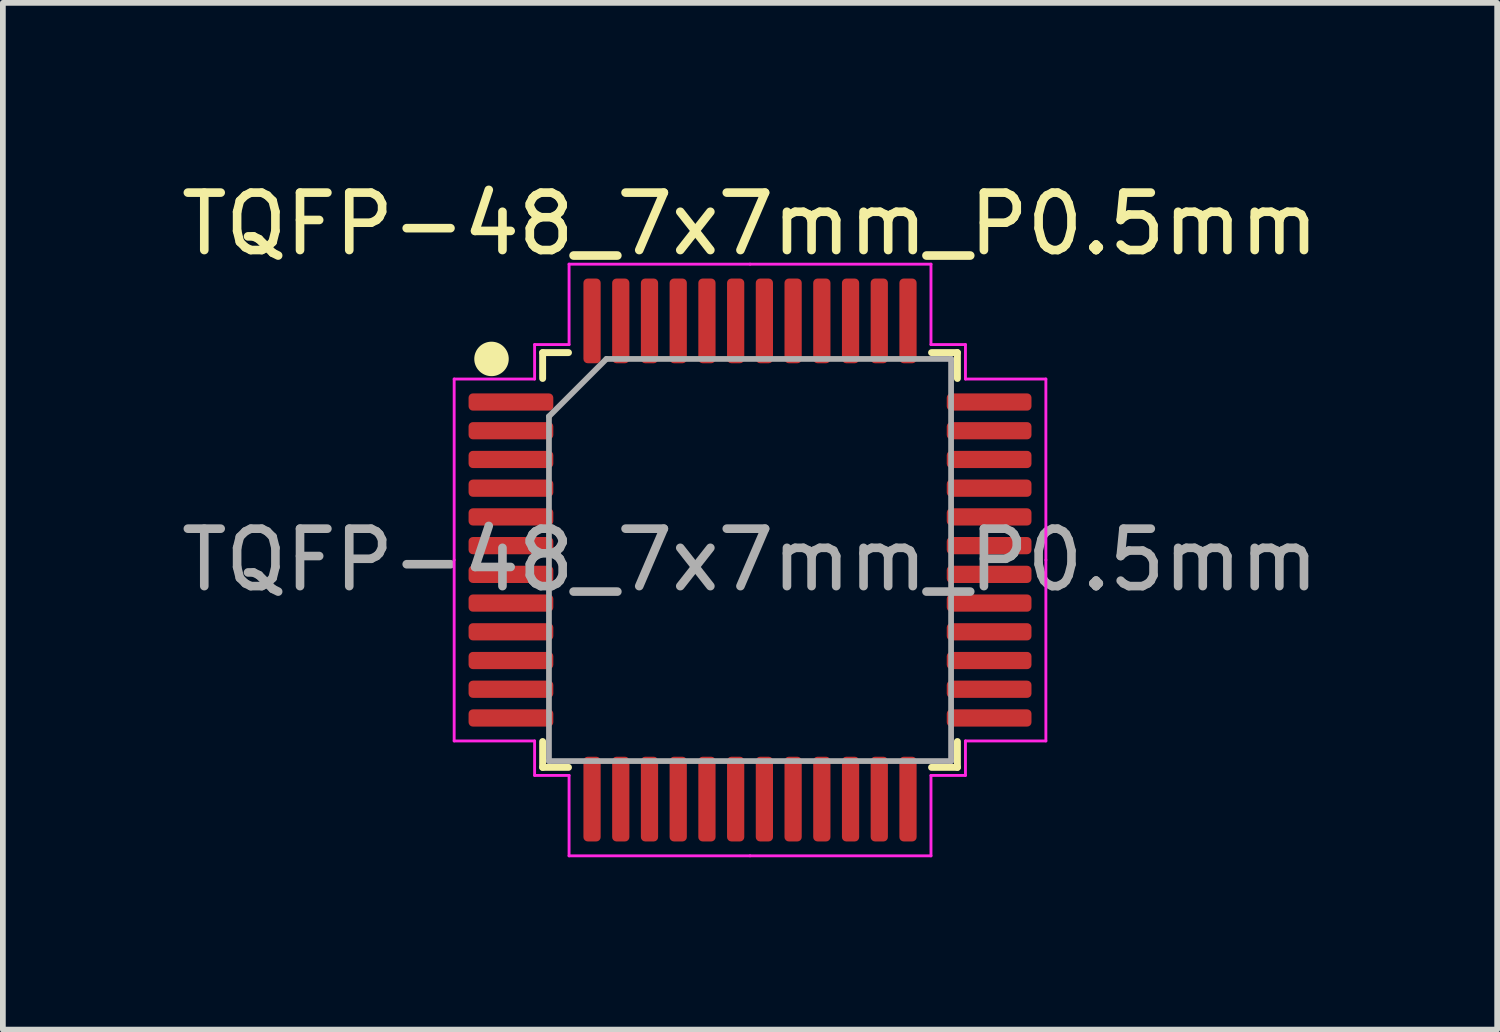
<source format=kicad_pcb>
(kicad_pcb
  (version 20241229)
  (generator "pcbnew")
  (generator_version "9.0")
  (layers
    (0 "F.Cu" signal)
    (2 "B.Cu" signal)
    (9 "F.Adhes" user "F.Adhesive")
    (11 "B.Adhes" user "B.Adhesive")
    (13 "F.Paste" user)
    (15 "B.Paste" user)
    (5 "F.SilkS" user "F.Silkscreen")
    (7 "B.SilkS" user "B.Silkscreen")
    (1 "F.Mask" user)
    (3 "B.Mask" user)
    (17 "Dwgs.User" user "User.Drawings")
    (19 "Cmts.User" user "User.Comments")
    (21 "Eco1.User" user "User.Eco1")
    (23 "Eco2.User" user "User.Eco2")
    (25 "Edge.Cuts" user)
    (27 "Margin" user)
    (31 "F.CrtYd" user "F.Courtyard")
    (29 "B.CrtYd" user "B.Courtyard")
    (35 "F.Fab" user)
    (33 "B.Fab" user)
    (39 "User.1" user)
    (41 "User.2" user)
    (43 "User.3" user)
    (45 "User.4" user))
  (footprint "TQFP-48_7x7mm_P0.5mm"
    (layer "F.Cu")
    (at 10.006 6.698)
    (property "Reference" "TQFP-48_7x7mm_P0.5mm" (at 0 -5.85 0) (layer "F.SilkS") (effects (font (size 1 1) (thickness 0.15))))
    (attr smd)
    (fp_line (start -3.61 -3.61) (end -3.61 -3.16) (stroke (width 0.12) (type solid)) (layer "F.SilkS"))
    (fp_line (start -3.61 3.61) (end -3.61 3.16) (stroke (width 0.12) (type solid)) (layer "F.SilkS"))
    (fp_line (start -3.16 -3.61) (end -3.61 -3.61) (stroke (width 0.12) (type solid)) (layer "F.SilkS"))
    (fp_line (start -3.16 3.61) (end -3.61 3.61) (stroke (width 0.12) (type solid)) (layer "F.SilkS"))
    (fp_line (start 3.16 -3.61) (end 3.61 -3.61) (stroke (width 0.12) (type solid)) (layer "F.SilkS"))
    (fp_line (start 3.16 3.61) (end 3.61 3.61) (stroke (width 0.12) (type solid)) (layer "F.SilkS"))
    (fp_line (start 3.61 -3.61) (end 3.61 -3.16) (stroke (width 0.12) (type solid)) (layer "F.SilkS"))
    (fp_line (start 3.61 3.61) (end 3.61 3.16) (stroke (width 0.12) (type solid)) (layer "F.SilkS"))
    (fp_circle (center -4.5 -3.5) (end -4.25 -3.5) (stroke (width 0.1) (type solid)) (fill yes) (layer "F.SilkS"))
    (fp_line (start -5.15 -3.15) (end -5.15 0) (stroke (width 0.05) (type solid)) (layer "F.CrtYd"))
    (fp_line (start -5.15 3.15) (end -5.15 0) (stroke (width 0.05) (type solid)) (layer "F.CrtYd"))
    (fp_line (start -3.75 -3.75) (end -3.75 -3.15) (stroke (width 0.05) (type solid)) (layer "F.CrtYd"))
    (fp_line (start -3.75 -3.15) (end -5.15 -3.15) (stroke (width 0.05) (type solid)) (layer "F.CrtYd"))
    (fp_line (start -3.75 3.15) (end -5.15 3.15) (stroke (width 0.05) (type solid)) (layer "F.CrtYd"))
    (fp_line (start -3.75 3.75) (end -3.75 3.15) (stroke (width 0.05) (type solid)) (layer "F.CrtYd"))
    (fp_line (start -3.15 -5.15) (end -3.15 -3.75) (stroke (width 0.05) (type solid)) (layer "F.CrtYd"))
    (fp_line (start -3.15 -3.75) (end -3.75 -3.75) (stroke (width 0.05) (type solid)) (layer "F.CrtYd"))
    (fp_line (start -3.15 3.75) (end -3.75 3.75) (stroke (width 0.05) (type solid)) (layer "F.CrtYd"))
    (fp_line (start -3.15 5.15) (end -3.15 3.75) (stroke (width 0.05) (type solid)) (layer "F.CrtYd"))
    (fp_line (start 0 -5.15) (end -3.15 -5.15) (stroke (width 0.05) (type solid)) (layer "F.CrtYd"))
    (fp_line (start 0 -5.15) (end 3.15 -5.15) (stroke (width 0.05) (type solid)) (layer "F.CrtYd"))
    (fp_line (start 0 5.15) (end -3.15 5.15) (stroke (width 0.05) (type solid)) (layer "F.CrtYd"))
    (fp_line (start 0 5.15) (end 3.15 5.15) (stroke (width 0.05) (type solid)) (layer "F.CrtYd"))
    (fp_line (start 3.15 -5.15) (end 3.15 -3.75) (stroke (width 0.05) (type solid)) (layer "F.CrtYd"))
    (fp_line (start 3.15 -3.75) (end 3.75 -3.75) (stroke (width 0.05) (type solid)) (layer "F.CrtYd"))
    (fp_line (start 3.15 3.75) (end 3.75 3.75) (stroke (width 0.05) (type solid)) (layer "F.CrtYd"))
    (fp_line (start 3.15 5.15) (end 3.15 3.75) (stroke (width 0.05) (type solid)) (layer "F.CrtYd"))
    (fp_line (start 3.75 -3.75) (end 3.75 -3.15) (stroke (width 0.05) (type solid)) (layer "F.CrtYd"))
    (fp_line (start 3.75 -3.15) (end 5.15 -3.15) (stroke (width 0.05) (type solid)) (layer "F.CrtYd"))
    (fp_line (start 3.75 3.15) (end 5.15 3.15) (stroke (width 0.05) (type solid)) (layer "F.CrtYd"))
    (fp_line (start 3.75 3.75) (end 3.75 3.15) (stroke (width 0.05) (type solid)) (layer "F.CrtYd"))
    (fp_line (start 5.15 -3.15) (end 5.15 0) (stroke (width 0.05) (type solid)) (layer "F.CrtYd"))
    (fp_line (start 5.15 3.15) (end 5.15 0) (stroke (width 0.05) (type solid)) (layer "F.CrtYd"))
    (fp_line (start -3.5 -2.5) (end -2.5 -3.5) (stroke (width 0.1) (type solid)) (layer "F.Fab"))
    (fp_line (start -3.5 3.5) (end -3.5 -2.5) (stroke (width 0.1) (type solid)) (layer "F.Fab"))
    (fp_line (start -2.5 -3.5) (end 3.5 -3.5) (stroke (width 0.1) (type solid)) (layer "F.Fab"))
    (fp_line (start 3.5 -3.5) (end 3.5 3.5) (stroke (width 0.1) (type solid)) (layer "F.Fab"))
    (fp_line (start 3.5 3.5) (end -3.5 3.5) (stroke (width 0.1) (type solid)) (layer "F.Fab"))
    (fp_text user "${REFERENCE}" (at 0 0 0) (layer "F.Fab") (effects (font (size 1 1) (thickness 0.15))))
    (pad "1" smd roundrect (at -4.162 -2.75) (size 1.475 0.3) (layers "F.Cu" "F.Mask" "F.Paste") (roundrect_rratio 0.25))
    (pad "2" smd roundrect (at -4.162 -2.25) (size 1.475 0.3) (layers "F.Cu" "F.Mask" "F.Paste") (roundrect_rratio 0.25))
    (pad "3" smd roundrect (at -4.162 -1.75) (size 1.475 0.3) (layers "F.Cu" "F.Mask" "F.Paste") (roundrect_rratio 0.25))
    (pad "4" smd roundrect (at -4.162 -1.25) (size 1.475 0.3) (layers "F.Cu" "F.Mask" "F.Paste") (roundrect_rratio 0.25))
    (pad "5" smd roundrect (at -4.162 -0.75) (size 1.475 0.3) (layers "F.Cu" "F.Mask" "F.Paste") (roundrect_rratio 0.25))
    (pad "6" smd roundrect (at -4.162 -0.25) (size 1.475 0.3) (layers "F.Cu" "F.Mask" "F.Paste") (roundrect_rratio 0.25))
    (pad "7" smd roundrect (at -4.162 0.25) (size 1.475 0.3) (layers "F.Cu" "F.Mask" "F.Paste") (roundrect_rratio 0.25))
    (pad "8" smd roundrect (at -4.162 0.75) (size 1.475 0.3) (layers "F.Cu" "F.Mask" "F.Paste") (roundrect_rratio 0.25))
    (pad "9" smd roundrect (at -4.162 1.25) (size 1.475 0.3) (layers "F.Cu" "F.Mask" "F.Paste") (roundrect_rratio 0.25))
    (pad "10" smd roundrect (at -4.162 1.75) (size 1.475 0.3) (layers "F.Cu" "F.Mask" "F.Paste") (roundrect_rratio 0.25))
    (pad "11" smd roundrect (at -4.162 2.25) (size 1.475 0.3) (layers "F.Cu" "F.Mask" "F.Paste") (roundrect_rratio 0.25))
    (pad "12" smd roundrect (at -4.162 2.75) (size 1.475 0.3) (layers "F.Cu" "F.Mask" "F.Paste") (roundrect_rratio 0.25))
    (pad "13" smd roundrect (at -2.75 4.162) (size 0.3 1.475) (layers "F.Cu" "F.Mask" "F.Paste") (roundrect_rratio 0.25))
    (pad "14" smd roundrect (at -2.25 4.162) (size 0.3 1.475) (layers "F.Cu" "F.Mask" "F.Paste") (roundrect_rratio 0.25))
    (pad "15" smd roundrect (at -1.75 4.162) (size 0.3 1.475) (layers "F.Cu" "F.Mask" "F.Paste") (roundrect_rratio 0.25))
    (pad "16" smd roundrect (at -1.25 4.162) (size 0.3 1.475) (layers "F.Cu" "F.Mask" "F.Paste") (roundrect_rratio 0.25))
    (pad "17" smd roundrect (at -0.75 4.162) (size 0.3 1.475) (layers "F.Cu" "F.Mask" "F.Paste") (roundrect_rratio 0.25))
    (pad "18" smd roundrect (at -0.25 4.162) (size 0.3 1.475) (layers "F.Cu" "F.Mask" "F.Paste") (roundrect_rratio 0.25))
    (pad "19" smd roundrect (at 0.25 4.162) (size 0.3 1.475) (layers "F.Cu" "F.Mask" "F.Paste") (roundrect_rratio 0.25))
    (pad "20" smd roundrect (at 0.75 4.162) (size 0.3 1.475) (layers "F.Cu" "F.Mask" "F.Paste") (roundrect_rratio 0.25))
    (pad "21" smd roundrect (at 1.25 4.162) (size 0.3 1.475) (layers "F.Cu" "F.Mask" "F.Paste") (roundrect_rratio 0.25))
    (pad "22" smd roundrect (at 1.75 4.162) (size 0.3 1.475) (layers "F.Cu" "F.Mask" "F.Paste") (roundrect_rratio 0.25))
    (pad "23" smd roundrect (at 2.25 4.162) (size 0.3 1.475) (layers "F.Cu" "F.Mask" "F.Paste") (roundrect_rratio 0.25))
    (pad "24" smd roundrect (at 2.75 4.162) (size 0.3 1.475) (layers "F.Cu" "F.Mask" "F.Paste") (roundrect_rratio 0.25))
    (pad "25" smd roundrect (at 4.162 2.75) (size 1.475 0.3) (layers "F.Cu" "F.Mask" "F.Paste") (roundrect_rratio 0.25))
    (pad "26" smd roundrect (at 4.162 2.25) (size 1.475 0.3) (layers "F.Cu" "F.Mask" "F.Paste") (roundrect_rratio 0.25))
    (pad "27" smd roundrect (at 4.162 1.75) (size 1.475 0.3) (layers "F.Cu" "F.Mask" "F.Paste") (roundrect_rratio 0.25))
    (pad "28" smd roundrect (at 4.162 1.25) (size 1.475 0.3) (layers "F.Cu" "F.Mask" "F.Paste") (roundrect_rratio 0.25))
    (pad "29" smd roundrect (at 4.162 0.75) (size 1.475 0.3) (layers "F.Cu" "F.Mask" "F.Paste") (roundrect_rratio 0.25))
    (pad "30" smd roundrect (at 4.162 0.25) (size 1.475 0.3) (layers "F.Cu" "F.Mask" "F.Paste") (roundrect_rratio 0.25))
    (pad "31" smd roundrect (at 4.162 -0.25) (size 1.475 0.3) (layers "F.Cu" "F.Mask" "F.Paste") (roundrect_rratio 0.25))
    (pad "32" smd roundrect (at 4.162 -0.75) (size 1.475 0.3) (layers "F.Cu" "F.Mask" "F.Paste") (roundrect_rratio 0.25))
    (pad "33" smd roundrect (at 4.162 -1.25) (size 1.475 0.3) (layers "F.Cu" "F.Mask" "F.Paste") (roundrect_rratio 0.25))
    (pad "34" smd roundrect (at 4.162 -1.75) (size 1.475 0.3) (layers "F.Cu" "F.Mask" "F.Paste") (roundrect_rratio 0.25))
    (pad "35" smd roundrect (at 4.162 -2.25) (size 1.475 0.3) (layers "F.Cu" "F.Mask" "F.Paste") (roundrect_rratio 0.25))
    (pad "36" smd roundrect (at 4.162 -2.75) (size 1.475 0.3) (layers "F.Cu" "F.Mask" "F.Paste") (roundrect_rratio 0.25))
    (pad "37" smd roundrect (at 2.75 -4.162) (size 0.3 1.475) (layers "F.Cu" "F.Mask" "F.Paste") (roundrect_rratio 0.25))
    (pad "38" smd roundrect (at 2.25 -4.162) (size 0.3 1.475) (layers "F.Cu" "F.Mask" "F.Paste") (roundrect_rratio 0.25))
    (pad "39" smd roundrect (at 1.75 -4.162) (size 0.3 1.475) (layers "F.Cu" "F.Mask" "F.Paste") (roundrect_rratio 0.25))
    (pad "40" smd roundrect (at 1.25 -4.162) (size 0.3 1.475) (layers "F.Cu" "F.Mask" "F.Paste") (roundrect_rratio 0.25))
    (pad "41" smd roundrect (at 0.75 -4.162) (size 0.3 1.475) (layers "F.Cu" "F.Mask" "F.Paste") (roundrect_rratio 0.25))
    (pad "42" smd roundrect (at 0.25 -4.162) (size 0.3 1.475) (layers "F.Cu" "F.Mask" "F.Paste") (roundrect_rratio 0.25))
    (pad "43" smd roundrect (at -0.25 -4.162) (size 0.3 1.475) (layers "F.Cu" "F.Mask" "F.Paste") (roundrect_rratio 0.25))
    (pad "44" smd roundrect (at -0.75 -4.162) (size 0.3 1.475) (layers "F.Cu" "F.Mask" "F.Paste") (roundrect_rratio 0.25))
    (pad "45" smd roundrect (at -1.25 -4.162) (size 0.3 1.475) (layers "F.Cu" "F.Mask" "F.Paste") (roundrect_rratio 0.25))
    (pad "46" smd roundrect (at -1.75 -4.162) (size 0.3 1.475) (layers "F.Cu" "F.Mask" "F.Paste") (roundrect_rratio 0.25))
    (pad "47" smd roundrect (at -2.25 -4.162) (size 0.3 1.475) (layers "F.Cu" "F.Mask" "F.Paste") (roundrect_rratio 0.25))
    (pad "48" smd roundrect (at -2.75 -4.162) (size 0.3 1.475) (layers "F.Cu" "F.Mask" "F.Paste") (roundrect_rratio 0.25)))
  (gr_rect
    (start -3 -3)
    (end 23.012 14.873)
    (stroke (width 0.1) (type default))
    (fill no)
    (layer "Edge.Cuts")))
</source>
